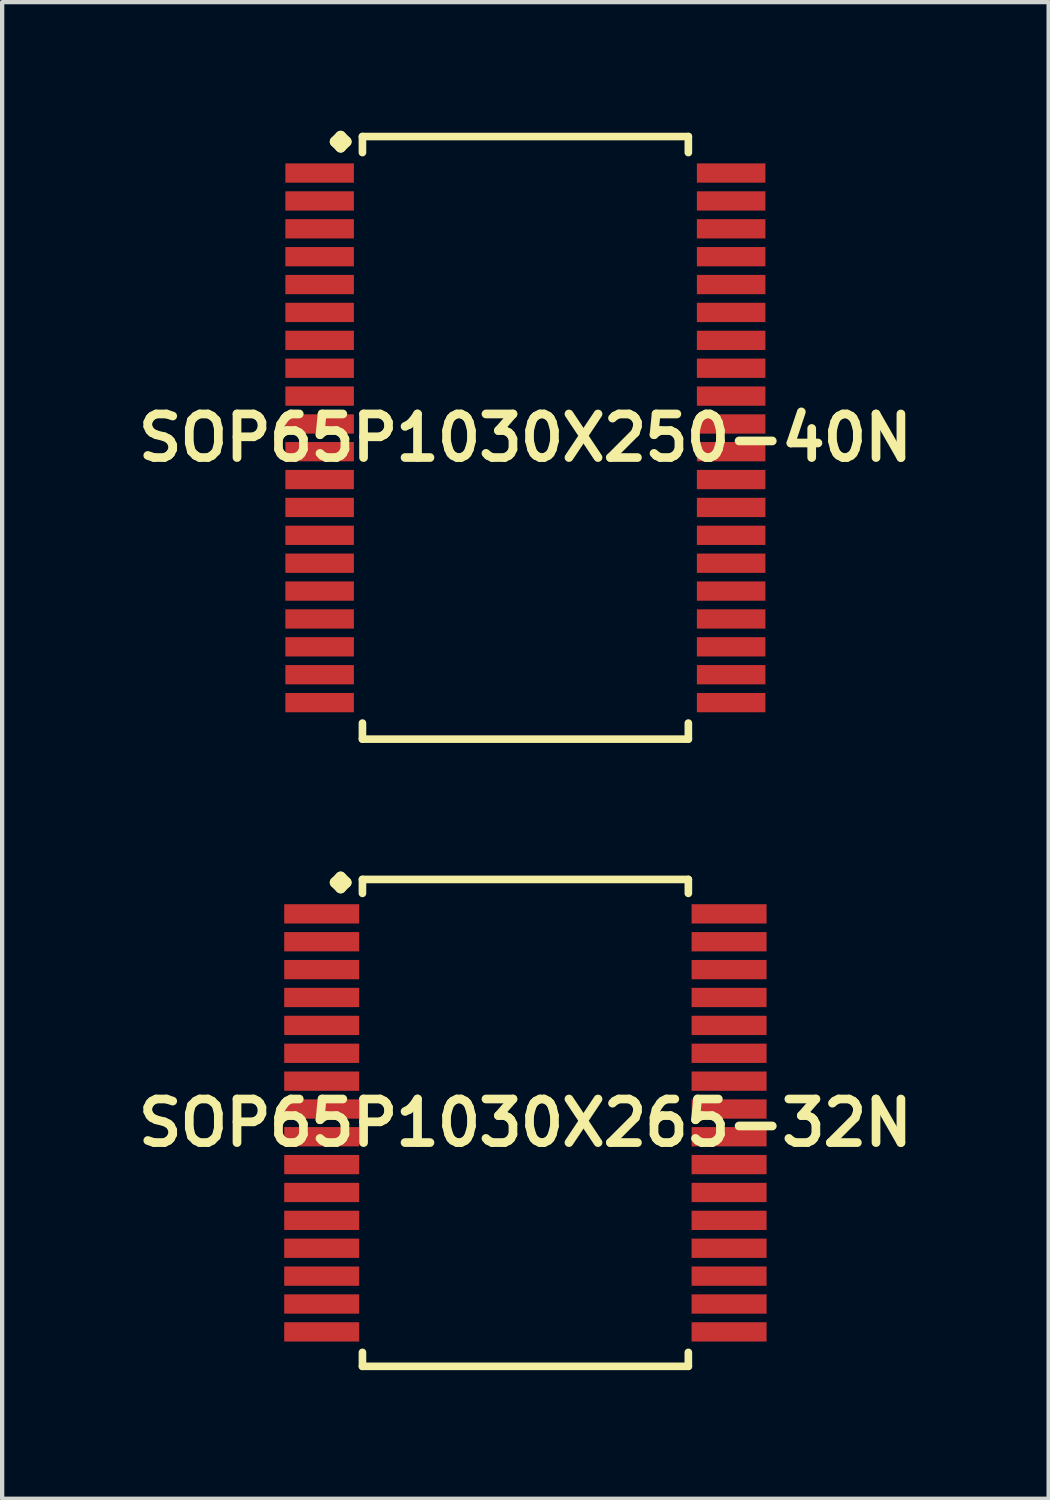
<source format=kicad_pcb>
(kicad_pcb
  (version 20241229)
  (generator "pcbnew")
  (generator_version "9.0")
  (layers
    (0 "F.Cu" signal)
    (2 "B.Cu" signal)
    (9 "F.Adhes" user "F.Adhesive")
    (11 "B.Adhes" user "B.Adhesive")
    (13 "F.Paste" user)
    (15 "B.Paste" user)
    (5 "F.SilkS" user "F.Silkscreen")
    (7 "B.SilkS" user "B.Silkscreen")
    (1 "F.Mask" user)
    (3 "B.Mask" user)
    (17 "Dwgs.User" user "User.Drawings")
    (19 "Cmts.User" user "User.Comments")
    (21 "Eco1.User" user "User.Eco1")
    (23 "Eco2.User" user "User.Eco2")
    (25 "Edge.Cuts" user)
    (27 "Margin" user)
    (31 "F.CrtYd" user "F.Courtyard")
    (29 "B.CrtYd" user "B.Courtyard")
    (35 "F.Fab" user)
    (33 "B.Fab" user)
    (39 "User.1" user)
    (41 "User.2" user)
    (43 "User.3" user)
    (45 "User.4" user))
  (footprint "SOP65P1030X265-32N"
    (layer "F.Cu")
    (at 9.202 23.135)
    (property "Reference" "SOP65P1030X265-32N" (at 0 0 0) (layer "F.SilkS") (effects (font (size 1.016 1.016) (thickness 0.203))))
    (attr smd)
    (fp_line (start -4.435 -5.606) (end -4.308 -5.733) (stroke (width 0.254) (type solid)) (layer "F.SilkS"))
    (fp_line (start -4.308 -5.733) (end -4.181 -5.606) (stroke (width 0.254) (type solid)) (layer "F.SilkS"))
    (fp_line (start -4.308 -5.479) (end -4.435 -5.606) (stroke (width 0.254) (type solid)) (layer "F.SilkS"))
    (fp_line (start -4.181 -5.606) (end -4.308 -5.479) (stroke (width 0.254) (type solid)) (layer "F.SilkS"))
    (fp_line (start -3.8 -5.677) (end 3.8 -5.677) (stroke (width 0.178) (type solid)) (layer "F.SilkS"))
    (fp_line (start -3.8 -5.352) (end -3.8 -5.677) (stroke (width 0.178) (type solid)) (layer "F.SilkS"))
    (fp_line (start -3.8 5.352) (end -3.8 5.677) (stroke (width 0.178) (type solid)) (layer "F.SilkS"))
    (fp_line (start -3.8 5.677) (end 3.8 5.677) (stroke (width 0.178) (type solid)) (layer "F.SilkS"))
    (fp_line (start 3.8 -5.677) (end 3.8 -5.352) (stroke (width 0.178) (type solid)) (layer "F.SilkS"))
    (fp_line (start 3.8 5.677) (end 3.8 5.352) (stroke (width 0.178) (type solid)) (layer "F.SilkS"))
    (pad "1" smd rect (at -4.75 -4.874) (size 1.748 0.45) (layers "F.Cu" "F.Mask" "F.Paste"))
    (pad "2" smd rect (at -4.75 -4.224) (size 1.748 0.45) (layers "F.Cu" "F.Mask" "F.Paste"))
    (pad "3" smd rect (at -4.75 -3.574) (size 1.748 0.45) (layers "F.Cu" "F.Mask" "F.Paste"))
    (pad "4" smd rect (at -4.75 -2.924) (size 1.748 0.45) (layers "F.Cu" "F.Mask" "F.Paste"))
    (pad "5" smd rect (at -4.75 -2.273) (size 1.748 0.45) (layers "F.Cu" "F.Mask" "F.Paste"))
    (pad "6" smd rect (at -4.75 -1.623) (size 1.748 0.45) (layers "F.Cu" "F.Mask" "F.Paste"))
    (pad "7" smd rect (at -4.75 -0.973) (size 1.748 0.45) (layers "F.Cu" "F.Mask" "F.Paste"))
    (pad "8" smd rect (at -4.75 -0.323) (size 1.748 0.45) (layers "F.Cu" "F.Mask" "F.Paste"))
    (pad "9" smd rect (at -4.75 0.323) (size 1.748 0.45) (layers "F.Cu" "F.Mask" "F.Paste"))
    (pad "10" smd rect (at -4.75 0.973) (size 1.748 0.45) (layers "F.Cu" "F.Mask" "F.Paste"))
    (pad "11" smd rect (at -4.75 1.623) (size 1.748 0.45) (layers "F.Cu" "F.Mask" "F.Paste"))
    (pad "12" smd rect (at -4.75 2.273) (size 1.748 0.45) (layers "F.Cu" "F.Mask" "F.Paste"))
    (pad "13" smd rect (at -4.75 2.924) (size 1.748 0.45) (layers "F.Cu" "F.Mask" "F.Paste"))
    (pad "14" smd rect (at -4.75 3.574) (size 1.748 0.45) (layers "F.Cu" "F.Mask" "F.Paste"))
    (pad "15" smd rect (at -4.75 4.224) (size 1.748 0.45) (layers "F.Cu" "F.Mask" "F.Paste"))
    (pad "16" smd rect (at -4.75 4.874) (size 1.748 0.45) (layers "F.Cu" "F.Mask" "F.Paste"))
    (pad "17" smd rect (at 4.75 4.874) (size 1.748 0.45) (layers "F.Cu" "F.Mask" "F.Paste"))
    (pad "18" smd rect (at 4.75 4.224) (size 1.748 0.45) (layers "F.Cu" "F.Mask" "F.Paste"))
    (pad "19" smd rect (at 4.75 3.574) (size 1.748 0.45) (layers "F.Cu" "F.Mask" "F.Paste"))
    (pad "20" smd rect (at 4.75 2.924) (size 1.748 0.45) (layers "F.Cu" "F.Mask" "F.Paste"))
    (pad "21" smd rect (at 4.75 2.273) (size 1.748 0.45) (layers "F.Cu" "F.Mask" "F.Paste"))
    (pad "22" smd rect (at 4.75 1.623) (size 1.748 0.45) (layers "F.Cu" "F.Mask" "F.Paste"))
    (pad "23" smd rect (at 4.75 0.973) (size 1.748 0.45) (layers "F.Cu" "F.Mask" "F.Paste"))
    (pad "24" smd rect (at 4.75 0.323) (size 1.748 0.45) (layers "F.Cu" "F.Mask" "F.Paste"))
    (pad "25" smd rect (at 4.75 -0.323) (size 1.748 0.45) (layers "F.Cu" "F.Mask" "F.Paste"))
    (pad "26" smd rect (at 4.75 -0.973) (size 1.748 0.45) (layers "F.Cu" "F.Mask" "F.Paste"))
    (pad "27" smd rect (at 4.75 -1.623) (size 1.748 0.45) (layers "F.Cu" "F.Mask" "F.Paste"))
    (pad "28" smd rect (at 4.75 -2.273) (size 1.748 0.45) (layers "F.Cu" "F.Mask" "F.Paste"))
    (pad "29" smd rect (at 4.75 -2.924) (size 1.748 0.45) (layers "F.Cu" "F.Mask" "F.Paste"))
    (pad "30" smd rect (at 4.75 -3.574) (size 1.748 0.45) (layers "F.Cu" "F.Mask" "F.Paste"))
    (pad "31" smd rect (at 4.75 -4.224) (size 1.748 0.45) (layers "F.Cu" "F.Mask" "F.Paste"))
    (pad "32" smd rect (at 4.75 -4.874) (size 1.748 0.45) (layers "F.Cu" "F.Mask" "F.Paste")))
  (footprint "SOP65P1030X250-40N"
    (layer "F.Cu")
    (at 9.202 7.16)
    (property "Reference" "SOP65P1030X250-40N" (at 0 0 0) (layer "F.SilkS") (effects (font (size 1.016 1.016) (thickness 0.203))))
    (attr smd)
    (fp_line (start -4.435 -6.906) (end -4.308 -7.033) (stroke (width 0.254) (type solid)) (layer "F.SilkS"))
    (fp_line (start -4.308 -7.033) (end -4.181 -6.906) (stroke (width 0.254) (type solid)) (layer "F.SilkS"))
    (fp_line (start -4.308 -6.779) (end -4.435 -6.906) (stroke (width 0.254) (type solid)) (layer "F.SilkS"))
    (fp_line (start -4.181 -6.906) (end -4.308 -6.779) (stroke (width 0.254) (type solid)) (layer "F.SilkS"))
    (fp_line (start -3.8 -7.026) (end 3.8 -7.026) (stroke (width 0.178) (type solid)) (layer "F.SilkS"))
    (fp_line (start -3.8 -6.652) (end -3.8 -7.026) (stroke (width 0.178) (type solid)) (layer "F.SilkS"))
    (fp_line (start -3.8 6.652) (end -3.8 7.026) (stroke (width 0.178) (type solid)) (layer "F.SilkS"))
    (fp_line (start -3.8 7.026) (end 3.8 7.026) (stroke (width 0.178) (type solid)) (layer "F.SilkS"))
    (fp_line (start 3.8 -7.026) (end 3.8 -6.652) (stroke (width 0.178) (type solid)) (layer "F.SilkS"))
    (fp_line (start 3.8 7.026) (end 3.8 6.652) (stroke (width 0.178) (type solid)) (layer "F.SilkS"))
    (pad "1" smd rect (at -4.798 -6.175) (size 1.598 0.45) (layers "F.Cu" "F.Mask" "F.Paste"))
    (pad "2" smd rect (at -4.798 -5.524) (size 1.598 0.45) (layers "F.Cu" "F.Mask" "F.Paste"))
    (pad "3" smd rect (at -4.798 -4.874) (size 1.598 0.45) (layers "F.Cu" "F.Mask" "F.Paste"))
    (pad "4" smd rect (at -4.798 -4.224) (size 1.598 0.45) (layers "F.Cu" "F.Mask" "F.Paste"))
    (pad "5" smd rect (at -4.798 -3.574) (size 1.598 0.45) (layers "F.Cu" "F.Mask" "F.Paste"))
    (pad "6" smd rect (at -4.798 -2.924) (size 1.598 0.45) (layers "F.Cu" "F.Mask" "F.Paste"))
    (pad "7" smd rect (at -4.798 -2.273) (size 1.598 0.45) (layers "F.Cu" "F.Mask" "F.Paste"))
    (pad "8" smd rect (at -4.798 -1.623) (size 1.598 0.45) (layers "F.Cu" "F.Mask" "F.Paste"))
    (pad "9" smd rect (at -4.798 -0.973) (size 1.598 0.45) (layers "F.Cu" "F.Mask" "F.Paste"))
    (pad "10" smd rect (at -4.798 -0.323) (size 1.598 0.45) (layers "F.Cu" "F.Mask" "F.Paste"))
    (pad "11" smd rect (at -4.798 0.323) (size 1.598 0.45) (layers "F.Cu" "F.Mask" "F.Paste"))
    (pad "12" smd rect (at -4.798 0.973) (size 1.598 0.45) (layers "F.Cu" "F.Mask" "F.Paste"))
    (pad "13" smd rect (at -4.798 1.623) (size 1.598 0.45) (layers "F.Cu" "F.Mask" "F.Paste"))
    (pad "14" smd rect (at -4.798 2.273) (size 1.598 0.45) (layers "F.Cu" "F.Mask" "F.Paste"))
    (pad "15" smd rect (at -4.798 2.924) (size 1.598 0.45) (layers "F.Cu" "F.Mask" "F.Paste"))
    (pad "16" smd rect (at -4.798 3.574) (size 1.598 0.45) (layers "F.Cu" "F.Mask" "F.Paste"))
    (pad "17" smd rect (at -4.798 4.224) (size 1.598 0.45) (layers "F.Cu" "F.Mask" "F.Paste"))
    (pad "18" smd rect (at -4.798 4.874) (size 1.598 0.45) (layers "F.Cu" "F.Mask" "F.Paste"))
    (pad "19" smd rect (at -4.798 5.524) (size 1.598 0.45) (layers "F.Cu" "F.Mask" "F.Paste"))
    (pad "20" smd rect (at -4.798 6.175) (size 1.598 0.45) (layers "F.Cu" "F.Mask" "F.Paste"))
    (pad "21" smd rect (at 4.798 6.175) (size 1.598 0.45) (layers "F.Cu" "F.Mask" "F.Paste"))
    (pad "22" smd rect (at 4.798 5.524) (size 1.598 0.45) (layers "F.Cu" "F.Mask" "F.Paste"))
    (pad "23" smd rect (at 4.798 4.874) (size 1.598 0.45) (layers "F.Cu" "F.Mask" "F.Paste"))
    (pad "24" smd rect (at 4.798 4.224) (size 1.598 0.45) (layers "F.Cu" "F.Mask" "F.Paste"))
    (pad "25" smd rect (at 4.798 3.574) (size 1.598 0.45) (layers "F.Cu" "F.Mask" "F.Paste"))
    (pad "26" smd rect (at 4.798 2.924) (size 1.598 0.45) (layers "F.Cu" "F.Mask" "F.Paste"))
    (pad "27" smd rect (at 4.798 2.273) (size 1.598 0.45) (layers "F.Cu" "F.Mask" "F.Paste"))
    (pad "28" smd rect (at 4.798 1.623) (size 1.598 0.45) (layers "F.Cu" "F.Mask" "F.Paste"))
    (pad "29" smd rect (at 4.798 0.973) (size 1.598 0.45) (layers "F.Cu" "F.Mask" "F.Paste"))
    (pad "30" smd rect (at 4.798 0.323) (size 1.598 0.45) (layers "F.Cu" "F.Mask" "F.Paste"))
    (pad "31" smd rect (at 4.798 -0.323) (size 1.598 0.45) (layers "F.Cu" "F.Mask" "F.Paste"))
    (pad "32" smd rect (at 4.798 -0.973) (size 1.598 0.45) (layers "F.Cu" "F.Mask" "F.Paste"))
    (pad "33" smd rect (at 4.798 -1.623) (size 1.598 0.45) (layers "F.Cu" "F.Mask" "F.Paste"))
    (pad "34" smd rect (at 4.798 -2.273) (size 1.598 0.45) (layers "F.Cu" "F.Mask" "F.Paste"))
    (pad "35" smd rect (at 4.798 -2.924) (size 1.598 0.45) (layers "F.Cu" "F.Mask" "F.Paste"))
    (pad "36" smd rect (at 4.798 -3.574) (size 1.598 0.45) (layers "F.Cu" "F.Mask" "F.Paste"))
    (pad "37" smd rect (at 4.798 -4.224) (size 1.598 0.45) (layers "F.Cu" "F.Mask" "F.Paste"))
    (pad "38" smd rect (at 4.798 -4.874) (size 1.598 0.45) (layers "F.Cu" "F.Mask" "F.Paste"))
    (pad "39" smd rect (at 4.798 -5.524) (size 1.598 0.45) (layers "F.Cu" "F.Mask" "F.Paste"))
    (pad "40" smd rect (at 4.798 -6.175) (size 1.598 0.45) (layers "F.Cu" "F.Mask" "F.Paste")))
  (gr_rect
    (start -3 -3)
    (end 21.404 31.9)
    (stroke (width 0.1) (type default))
    (fill no)
    (layer "Edge.Cuts")))
</source>
